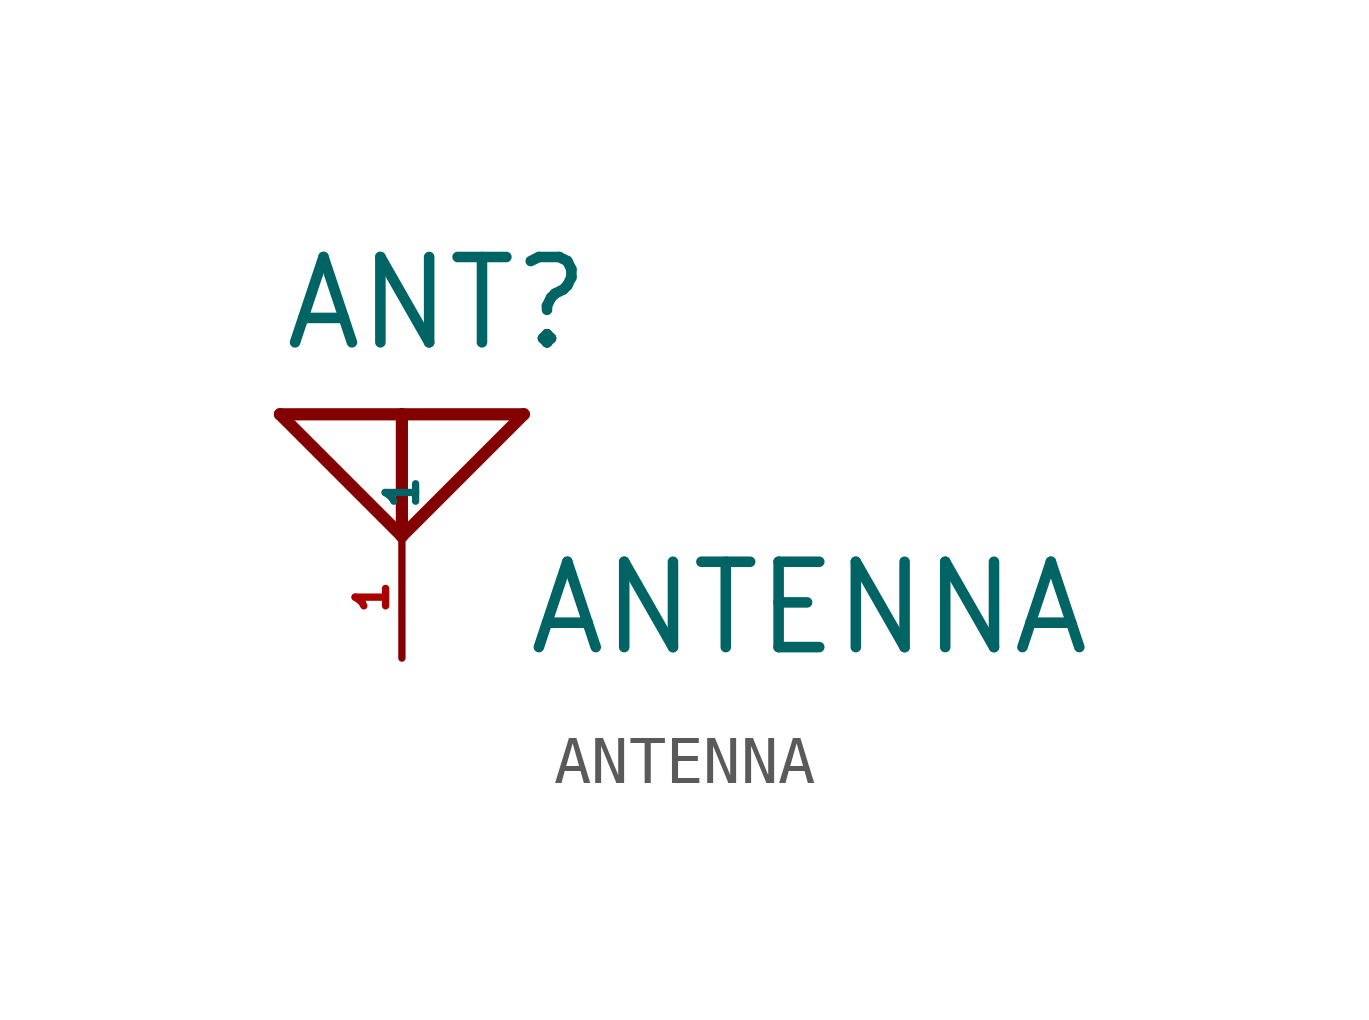
<source format=kicad_sym>
(kicad_symbol_lib
  (version 20220914)
  (generator kicad_symbol_editor)
  (symbol "ANTENNA"
    (property "Reference" "ANT"
      (at -2.54 1.27 0)
      (effects (font (size 1.778 1.778) (thickness 0.22)) (justify left bottom)))
    (property "Value" "ANTENNA"
      (at 2.54 -5.08 0)
      (effects (font (size 1.778 1.778) (thickness 0.22)) (justify left bottom)))
    (symbol "ANTENNA_1_1"
      (polyline (pts (xy -2.54 0) (xy 0 0)) (stroke (width 0.254) (type default)) (fill (type none)))
      (polyline (pts (xy 0 -2.54) (xy -2.54 0)) (stroke (width 0.254) (type default)) (fill (type none)))
      (polyline (pts (xy 0 0) (xy 0 -2.54)) (stroke (width 0.254) (type default)) (fill (type none)))
      (polyline (pts (xy 0 0) (xy 2.54 0)) (stroke (width 0.254) (type default)) (fill (type none)))
      (polyline (pts (xy 2.54 0) (xy 0 -2.54)) (stroke (width 0.254) (type default)) (fill (type none)))
      (pin output line (at 0 -5.08 90) (length 2.54) (name "1" (effects (font (size 0.635 0.635)))) (number "1" (effects (font (size 0.635 0.635))))))))
</source>
